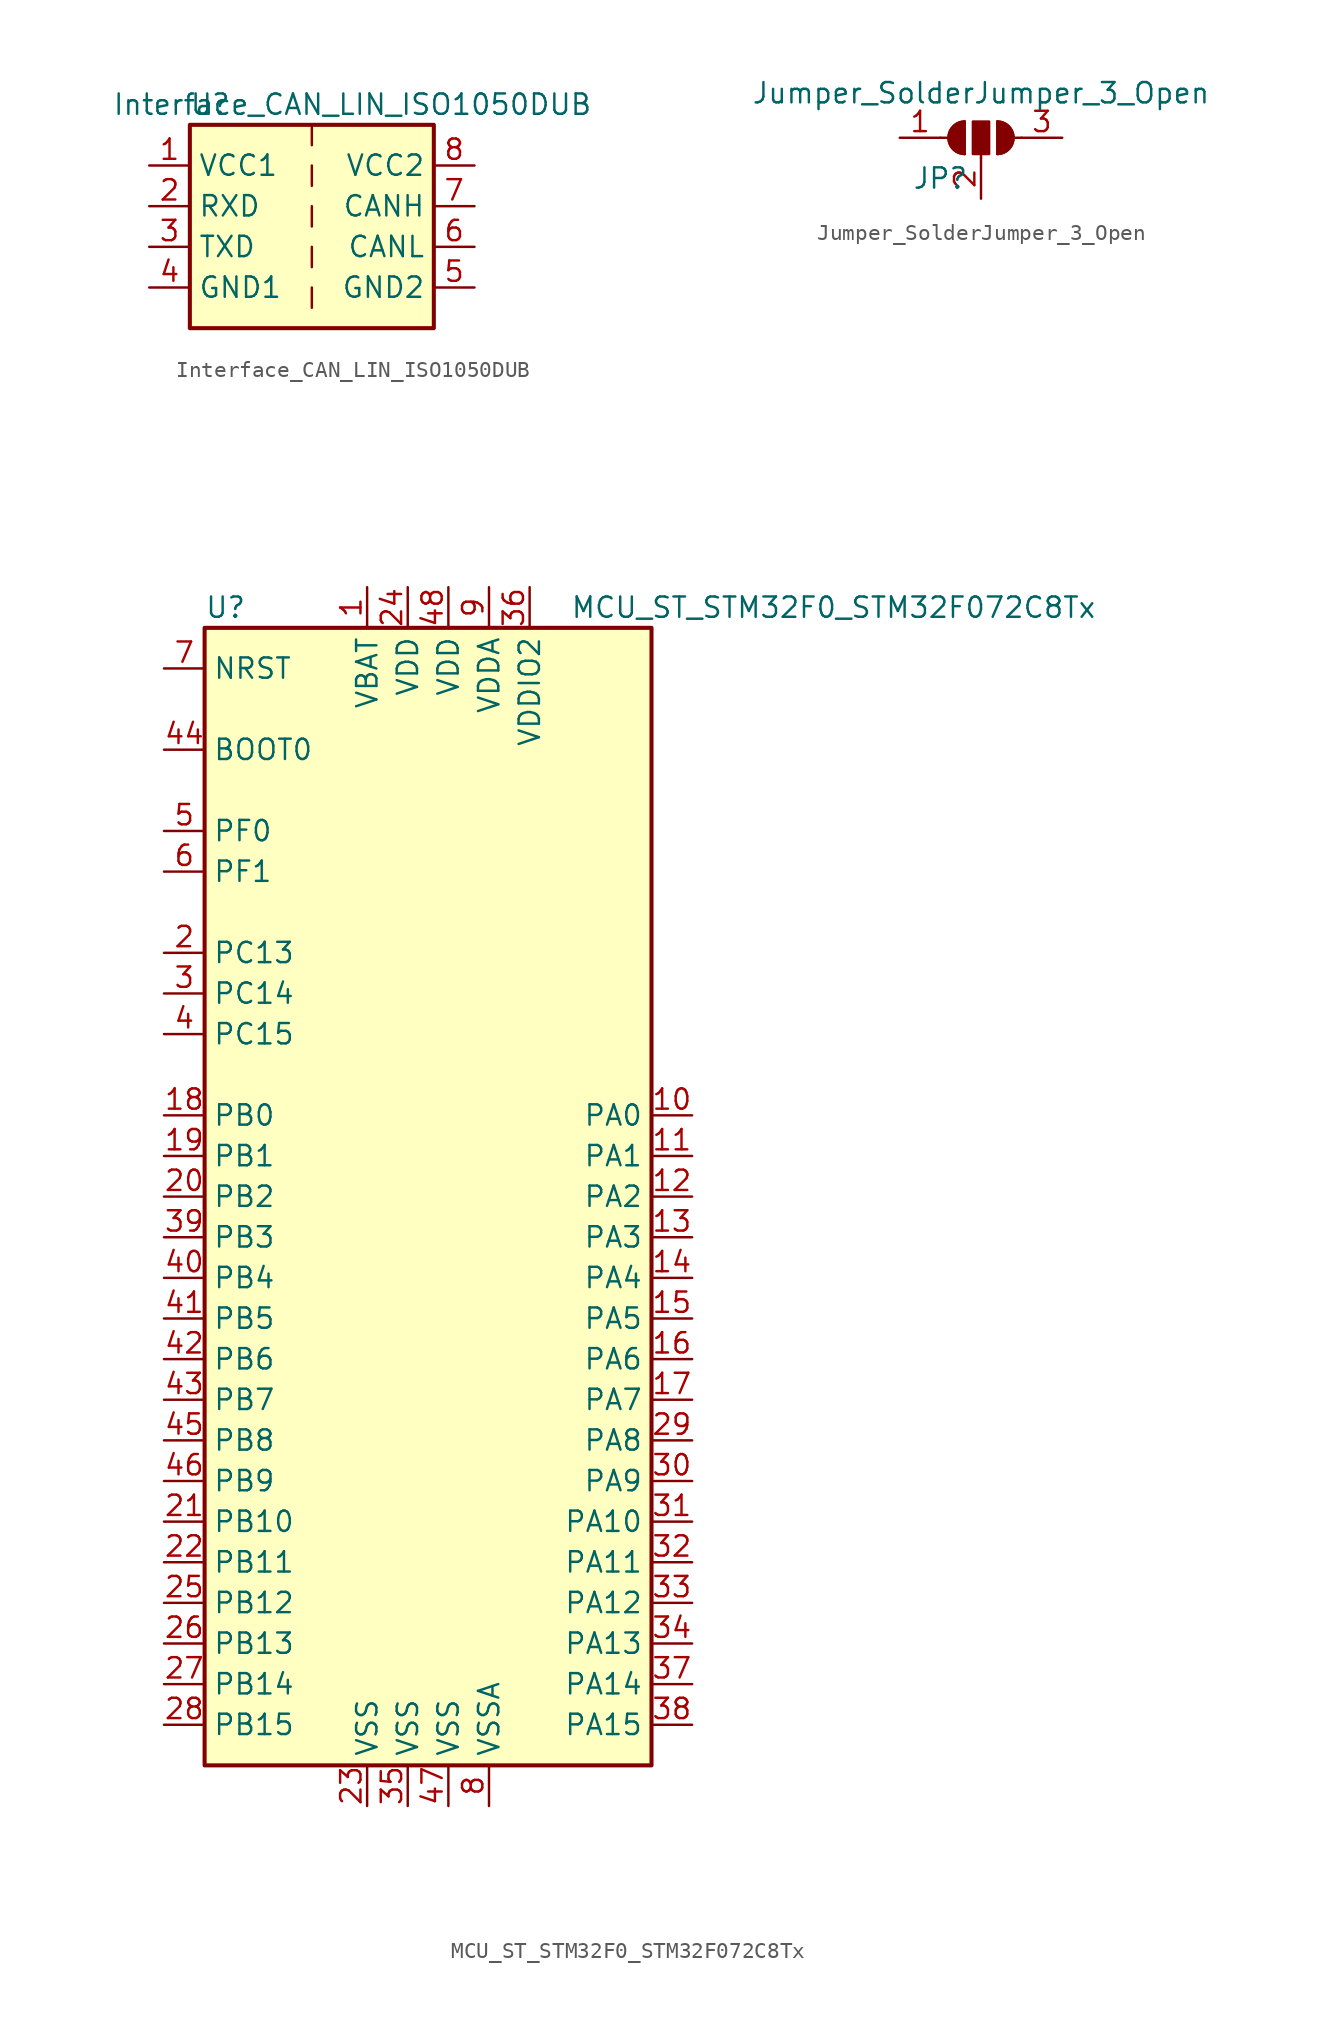
<source format=kicad_sym>
(kicad_symbol_lib
  (version 20211014)
  (generator kicad_symbol_editor)
  (symbol "Interface_CAN_LIN_ISO1050DUB"
    (property "Reference" "U"
      (at -6.35 6.35 0)
      (effects (font (size 1.27 1.27))))
    (property "Value" "Interface_CAN_LIN_ISO1050DUB"
      (at 2.54 6.35 0)
      (effects (font (size 1.27 1.27))))
    (symbol "Interface_CAN_LIN_ISO1050DUB_0_1"
      (rectangle (start -7.62 5.08) (end 7.62 -7.62) (stroke (width 0.254) (type default) (color 0 0 0 0)) (fill (type background)))
      (polyline (pts (xy 0 -5.08) (xy 0 -6.35)) (stroke (width 0) (type default) (color 0 0 0 0)) (fill (type none)))
      (polyline (pts (xy 0 -2.54) (xy 0 -3.81)) (stroke (width 0) (type default) (color 0 0 0 0)) (fill (type none)))
      (polyline (pts (xy 0 0) (xy 0 -1.27)) (stroke (width 0) (type default) (color 0 0 0 0)) (fill (type none)))
      (polyline (pts (xy 0 2.54) (xy 0 1.27)) (stroke (width 0) (type default) (color 0 0 0 0)) (fill (type none)))
      (polyline (pts (xy 0 5.08) (xy 0 3.81)) (stroke (width 0) (type default) (color 0 0 0 0)) (fill (type none))))
    (symbol "Interface_CAN_LIN_ISO1050DUB_1_1"
      (pin power_in line (at -10.16 2.54 0) (length 2.54) (name "VCC1" (effects (font (size 1.27 1.27)))) (number "1" (effects (font (size 1.27 1.27)))))
      (pin output line (at -10.16 0 0) (length 2.54) (name "RXD" (effects (font (size 1.27 1.27)))) (number "2" (effects (font (size 1.27 1.27)))))
      (pin input line (at -10.16 -2.54 0) (length 2.54) (name "TXD" (effects (font (size 1.27 1.27)))) (number "3" (effects (font (size 1.27 1.27)))))
      (pin power_in line (at -10.16 -5.08 0) (length 2.54) (name "GND1" (effects (font (size 1.27 1.27)))) (number "4" (effects (font (size 1.27 1.27)))))
      (pin power_in line (at 10.16 -5.08 180) (length 2.54) (name "GND2" (effects (font (size 1.27 1.27)))) (number "5" (effects (font (size 1.27 1.27)))))
      (pin bidirectional line (at 10.16 -2.54 180) (length 2.54) (name "CANL" (effects (font (size 1.27 1.27)))) (number "6" (effects (font (size 1.27 1.27)))))
      (pin bidirectional line (at 10.16 0 180) (length 2.54) (name "CANH" (effects (font (size 1.27 1.27)))) (number "7" (effects (font (size 1.27 1.27)))))
      (pin power_in line (at 10.16 2.54 180) (length 2.54) (name "VCC2" (effects (font (size 1.27 1.27)))) (number "8" (effects (font (size 1.27 1.27)))))))
  (symbol "Jumper_SolderJumper_3_Open"
    (pin_names
      (offset 0) hide)
    (property "Reference" "JP"
      (at -2.54 -2.54 0)
      (effects (font (size 1.27 1.27))))
    (property "Value" "Jumper_SolderJumper_3_Open"
      (at 0 2.794 0)
      (effects (font (size 1.27 1.27))))
    (symbol "Jumper_SolderJumper_3_Open_0_1"
      (arc (start -1.016 1.016) (mid -2.032 0) (end -1.016 -1.016) (stroke (width 0) (type default) (color 0 0 0 0)) (fill (type none)))
      (arc (start -1.016 1.016) (mid -2.032 0) (end -1.016 -1.016) (stroke (width 0) (type default) (color 0 0 0 0)) (fill (type outline)))
      (rectangle (start -0.508 1.016) (end 0.508 -1.016) (stroke (width 0) (type default) (color 0 0 0 0)) (fill (type outline)))
      (polyline (pts (xy -2.54 0) (xy -2.032 0)) (stroke (width 0) (type default) (color 0 0 0 0)) (fill (type none)))
      (polyline (pts (xy -1.016 1.016) (xy -1.016 -1.016)) (stroke (width 0) (type default) (color 0 0 0 0)) (fill (type none)))
      (polyline (pts (xy 0 -1.27) (xy 0 -1.016)) (stroke (width 0) (type default) (color 0 0 0 0)) (fill (type none)))
      (polyline (pts (xy 1.016 1.016) (xy 1.016 -1.016)) (stroke (width 0) (type default) (color 0 0 0 0)) (fill (type none)))
      (polyline (pts (xy 2.54 0) (xy 2.032 0)) (stroke (width 0) (type default) (color 0 0 0 0)) (fill (type none)))
      (arc (start 1.016 -1.016) (mid 2.032 0) (end 1.016 1.016) (stroke (width 0) (type default) (color 0 0 0 0)) (fill (type none)))
      (arc (start 1.016 -1.016) (mid 2.032 0) (end 1.016 1.016) (stroke (width 0) (type default) (color 0 0 0 0)) (fill (type outline))))
    (symbol "Jumper_SolderJumper_3_Open_1_1"
      (pin passive line (at -5.08 0 0) (length 2.54) (name "A" (effects (font (size 1.27 1.27)))) (number "1" (effects (font (size 1.27 1.27)))))
      (pin input line (at 0 -3.81 90) (length 2.54) (name "C" (effects (font (size 1.27 1.27)))) (number "2" (effects (font (size 1.27 1.27)))))
      (pin passive line (at 5.08 0 180) (length 2.54) (name "B" (effects (font (size 1.27 1.27)))) (number "3" (effects (font (size 1.27 1.27)))))))
  (symbol "MCU_ST_STM32F0_STM32F072C8Tx"
    (property "Reference" "U"
      (at -15.24 36.83 0)
      (effects (font (size 1.27 1.27)) (justify left)))
    (property "Value" "MCU_ST_STM32F0_STM32F072C8Tx"
      (at 7.62 36.83 0)
      (effects (font (size 1.27 1.27)) (justify left)))
    (symbol "MCU_ST_STM32F0_STM32F072C8Tx_0_1"
      (rectangle (start -15.24 -35.56) (end 12.7 35.56) (stroke (width 0.254) (type default) (color 0 0 0 0)) (fill (type background))))
    (symbol "MCU_ST_STM32F0_STM32F072C8Tx_1_1"
      (pin power_in line (at -5.08 38.1 270) (length 2.54) (name "VBAT" (effects (font (size 1.27 1.27)))) (number "1" (effects (font (size 1.27 1.27)))))
      (pin bidirectional line (at 15.24 5.08 180) (length 2.54) (name "PA0" (effects (font (size 1.27 1.27)))) (number "10" (effects (font (size 1.27 1.27)))))
      (pin bidirectional line (at 15.24 2.54 180) (length 2.54) (name "PA1" (effects (font (size 1.27 1.27)))) (number "11" (effects (font (size 1.27 1.27)))))
      (pin bidirectional line (at 15.24 0 180) (length 2.54) (name "PA2" (effects (font (size 1.27 1.27)))) (number "12" (effects (font (size 1.27 1.27)))))
      (pin bidirectional line (at 15.24 -2.54 180) (length 2.54) (name "PA3" (effects (font (size 1.27 1.27)))) (number "13" (effects (font (size 1.27 1.27)))))
      (pin bidirectional line (at 15.24 -5.08 180) (length 2.54) (name "PA4" (effects (font (size 1.27 1.27)))) (number "14" (effects (font (size 1.27 1.27)))))
      (pin bidirectional line (at 15.24 -7.62 180) (length 2.54) (name "PA5" (effects (font (size 1.27 1.27)))) (number "15" (effects (font (size 1.27 1.27)))))
      (pin bidirectional line (at 15.24 -10.16 180) (length 2.54) (name "PA6" (effects (font (size 1.27 1.27)))) (number "16" (effects (font (size 1.27 1.27)))))
      (pin bidirectional line (at 15.24 -12.7 180) (length 2.54) (name "PA7" (effects (font (size 1.27 1.27)))) (number "17" (effects (font (size 1.27 1.27)))))
      (pin bidirectional line (at -17.78 5.08 0) (length 2.54) (name "PB0" (effects (font (size 1.27 1.27)))) (number "18" (effects (font (size 1.27 1.27)))))
      (pin bidirectional line (at -17.78 2.54 0) (length 2.54) (name "PB1" (effects (font (size 1.27 1.27)))) (number "19" (effects (font (size 1.27 1.27)))))
      (pin bidirectional line (at -17.78 15.24 0) (length 2.54) (name "PC13" (effects (font (size 1.27 1.27)))) (number "2" (effects (font (size 1.27 1.27)))))
      (pin bidirectional line (at -17.78 0 0) (length 2.54) (name "PB2" (effects (font (size 1.27 1.27)))) (number "20" (effects (font (size 1.27 1.27)))))
      (pin bidirectional line (at -17.78 -20.32 0) (length 2.54) (name "PB10" (effects (font (size 1.27 1.27)))) (number "21" (effects (font (size 1.27 1.27)))))
      (pin bidirectional line (at -17.78 -22.86 0) (length 2.54) (name "PB11" (effects (font (size 1.27 1.27)))) (number "22" (effects (font (size 1.27 1.27)))))
      (pin power_in line (at -5.08 -38.1 90) (length 2.54) (name "VSS" (effects (font (size 1.27 1.27)))) (number "23" (effects (font (size 1.27 1.27)))))
      (pin power_in line (at -2.54 38.1 270) (length 2.54) (name "VDD" (effects (font (size 1.27 1.27)))) (number "24" (effects (font (size 1.27 1.27)))))
      (pin bidirectional line (at -17.78 -25.4 0) (length 2.54) (name "PB12" (effects (font (size 1.27 1.27)))) (number "25" (effects (font (size 1.27 1.27)))))
      (pin bidirectional line (at -17.78 -27.94 0) (length 2.54) (name "PB13" (effects (font (size 1.27 1.27)))) (number "26" (effects (font (size 1.27 1.27)))))
      (pin bidirectional line (at -17.78 -30.48 0) (length 2.54) (name "PB14" (effects (font (size 1.27 1.27)))) (number "27" (effects (font (size 1.27 1.27)))))
      (pin bidirectional line (at -17.78 -33.02 0) (length 2.54) (name "PB15" (effects (font (size 1.27 1.27)))) (number "28" (effects (font (size 1.27 1.27)))))
      (pin bidirectional line (at 15.24 -15.24 180) (length 2.54) (name "PA8" (effects (font (size 1.27 1.27)))) (number "29" (effects (font (size 1.27 1.27)))))
      (pin bidirectional line (at -17.78 12.7 0) (length 2.54) (name "PC14" (effects (font (size 1.27 1.27)))) (number "3" (effects (font (size 1.27 1.27)))))
      (pin bidirectional line (at 15.24 -17.78 180) (length 2.54) (name "PA9" (effects (font (size 1.27 1.27)))) (number "30" (effects (font (size 1.27 1.27)))))
      (pin bidirectional line (at 15.24 -20.32 180) (length 2.54) (name "PA10" (effects (font (size 1.27 1.27)))) (number "31" (effects (font (size 1.27 1.27)))))
      (pin bidirectional line (at 15.24 -22.86 180) (length 2.54) (name "PA11" (effects (font (size 1.27 1.27)))) (number "32" (effects (font (size 1.27 1.27)))))
      (pin bidirectional line (at 15.24 -25.4 180) (length 2.54) (name "PA12" (effects (font (size 1.27 1.27)))) (number "33" (effects (font (size 1.27 1.27)))))
      (pin bidirectional line (at 15.24 -27.94 180) (length 2.54) (name "PA13" (effects (font (size 1.27 1.27)))) (number "34" (effects (font (size 1.27 1.27)))))
      (pin power_in line (at -2.54 -38.1 90) (length 2.54) (name "VSS" (effects (font (size 1.27 1.27)))) (number "35" (effects (font (size 1.27 1.27)))))
      (pin power_in line (at 5.08 38.1 270) (length 2.54) (name "VDDIO2" (effects (font (size 1.27 1.27)))) (number "36" (effects (font (size 1.27 1.27)))))
      (pin bidirectional line (at 15.24 -30.48 180) (length 2.54) (name "PA14" (effects (font (size 1.27 1.27)))) (number "37" (effects (font (size 1.27 1.27)))))
      (pin bidirectional line (at 15.24 -33.02 180) (length 2.54) (name "PA15" (effects (font (size 1.27 1.27)))) (number "38" (effects (font (size 1.27 1.27)))))
      (pin bidirectional line (at -17.78 -2.54 0) (length 2.54) (name "PB3" (effects (font (size 1.27 1.27)))) (number "39" (effects (font (size 1.27 1.27)))))
      (pin bidirectional line (at -17.78 10.16 0) (length 2.54) (name "PC15" (effects (font (size 1.27 1.27)))) (number "4" (effects (font (size 1.27 1.27)))))
      (pin bidirectional line (at -17.78 -5.08 0) (length 2.54) (name "PB4" (effects (font (size 1.27 1.27)))) (number "40" (effects (font (size 1.27 1.27)))))
      (pin bidirectional line (at -17.78 -7.62 0) (length 2.54) (name "PB5" (effects (font (size 1.27 1.27)))) (number "41" (effects (font (size 1.27 1.27)))))
      (pin bidirectional line (at -17.78 -10.16 0) (length 2.54) (name "PB6" (effects (font (size 1.27 1.27)))) (number "42" (effects (font (size 1.27 1.27)))))
      (pin bidirectional line (at -17.78 -12.7 0) (length 2.54) (name "PB7" (effects (font (size 1.27 1.27)))) (number "43" (effects (font (size 1.27 1.27)))))
      (pin input line (at -17.78 27.94 0) (length 2.54) (name "BOOT0" (effects (font (size 1.27 1.27)))) (number "44" (effects (font (size 1.27 1.27)))))
      (pin bidirectional line (at -17.78 -15.24 0) (length 2.54) (name "PB8" (effects (font (size 1.27 1.27)))) (number "45" (effects (font (size 1.27 1.27)))))
      (pin bidirectional line (at -17.78 -17.78 0) (length 2.54) (name "PB9" (effects (font (size 1.27 1.27)))) (number "46" (effects (font (size 1.27 1.27)))))
      (pin power_in line (at 0 -38.1 90) (length 2.54) (name "VSS" (effects (font (size 1.27 1.27)))) (number "47" (effects (font (size 1.27 1.27)))))
      (pin power_in line (at 0 38.1 270) (length 2.54) (name "VDD" (effects (font (size 1.27 1.27)))) (number "48" (effects (font (size 1.27 1.27)))))
      (pin input line (at -17.78 22.86 0) (length 2.54) (name "PF0" (effects (font (size 1.27 1.27)))) (number "5" (effects (font (size 1.27 1.27)))))
      (pin input line (at -17.78 20.32 0) (length 2.54) (name "PF1" (effects (font (size 1.27 1.27)))) (number "6" (effects (font (size 1.27 1.27)))))
      (pin input line (at -17.78 33.02 0) (length 2.54) (name "NRST" (effects (font (size 1.27 1.27)))) (number "7" (effects (font (size 1.27 1.27)))))
      (pin power_in line (at 2.54 -38.1 90) (length 2.54) (name "VSSA" (effects (font (size 1.27 1.27)))) (number "8" (effects (font (size 1.27 1.27)))))
      (pin power_in line (at 2.54 38.1 270) (length 2.54) (name "VDDA" (effects (font (size 1.27 1.27)))) (number "9" (effects (font (size 1.27 1.27))))))))
</source>
